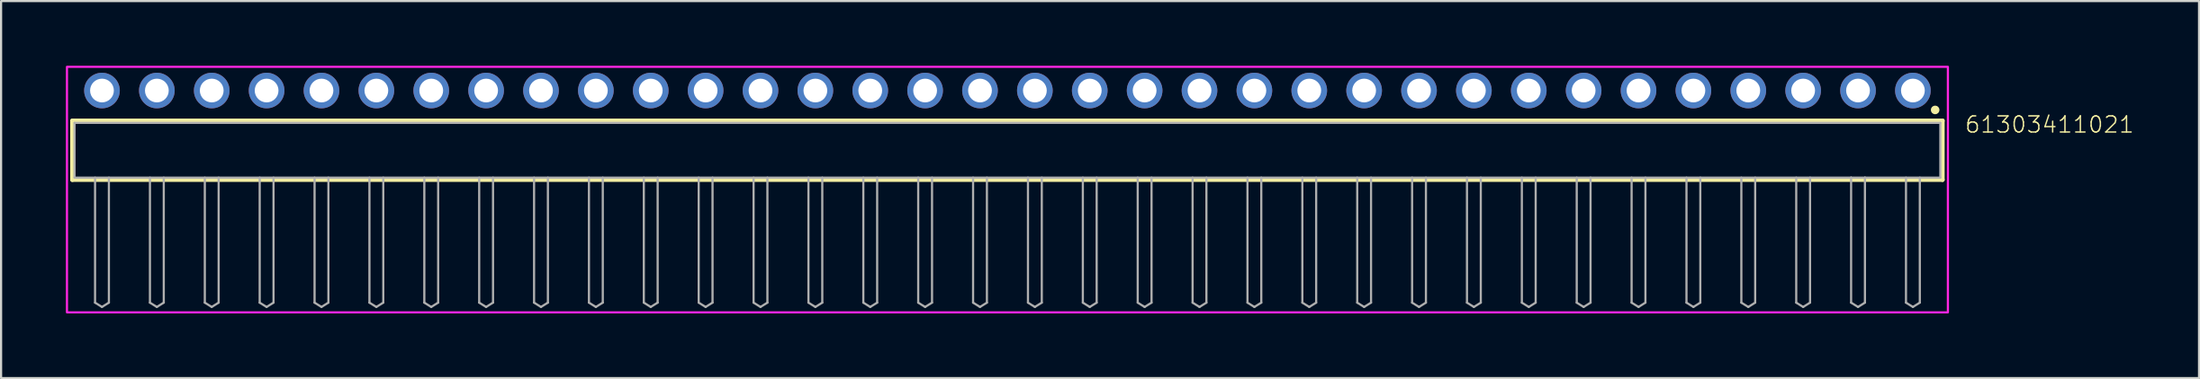
<source format=kicad_pcb>
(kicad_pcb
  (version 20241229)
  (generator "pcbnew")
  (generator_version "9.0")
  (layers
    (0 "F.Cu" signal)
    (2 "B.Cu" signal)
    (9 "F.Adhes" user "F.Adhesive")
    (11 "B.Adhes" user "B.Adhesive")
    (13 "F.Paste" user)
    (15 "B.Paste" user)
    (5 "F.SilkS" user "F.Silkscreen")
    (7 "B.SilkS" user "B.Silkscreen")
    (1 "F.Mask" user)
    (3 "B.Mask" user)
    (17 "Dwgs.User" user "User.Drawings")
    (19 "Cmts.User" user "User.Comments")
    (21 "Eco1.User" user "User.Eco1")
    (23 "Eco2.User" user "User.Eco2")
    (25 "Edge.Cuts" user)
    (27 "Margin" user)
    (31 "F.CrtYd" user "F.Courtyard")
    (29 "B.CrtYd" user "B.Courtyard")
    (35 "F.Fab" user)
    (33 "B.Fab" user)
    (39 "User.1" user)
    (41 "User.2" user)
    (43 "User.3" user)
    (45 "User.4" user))
  (footprint "61303411021"
    (layer "F.Cu")
    (at 43.58 3.92)
    (property "Reference" "61303411021" (at 44.275 -0.752 0) (unlocked yes) (layer "F.SilkS") (effects (font (size 0.748 0.748) (thickness 0.065)) (justify left bottom)))
    (fp_line (start -43.28 -1.37) (end 43.28 -1.37) (stroke (width 0.2) (type solid)) (layer "F.SilkS"))
    (fp_line (start -43.28 1.37) (end -43.28 -1.37) (stroke (width 0.2) (type solid)) (layer "F.SilkS"))
    (fp_line (start 43.28 -1.37) (end 43.28 1.37) (stroke (width 0.2) (type solid)) (layer "F.SilkS"))
    (fp_line (start 43.28 1.37) (end -43.28 1.37) (stroke (width 0.2) (type solid)) (layer "F.SilkS"))
    (fp_circle (center 42.94 -1.87) (end 43.04 -1.87) (stroke (width 0.2) (type solid)) (fill no) (layer "F.SilkS"))
    (fp_poly (pts (xy 43.53 7.52) (xy -43.53 7.52) (xy -43.53 -3.87) (xy 43.53 -3.87)) (stroke (width 0.1) (type default)) (fill no) (layer "F.CrtYd"))
    (fp_line (start -43.18 -1.27) (end 43.18 -1.27) (stroke (width 0.1) (type solid)) (layer "F.Fab"))
    (fp_line (start -43.18 1.27) (end -43.18 -1.27) (stroke (width 0.1) (type solid)) (layer "F.Fab"))
    (fp_line (start -42.23 1.27) (end -42.23 7.07) (stroke (width 0.1) (type solid)) (layer "F.Fab"))
    (fp_line (start -42.23 7.07) (end -41.91 7.27) (stroke (width 0.1) (type solid)) (layer "F.Fab"))
    (fp_line (start -41.91 7.27) (end -41.59 7.07) (stroke (width 0.1) (type solid)) (layer "F.Fab"))
    (fp_line (start -41.59 1.27) (end -41.59 7.07) (stroke (width 0.1) (type solid)) (layer "F.Fab"))
    (fp_line (start -39.69 1.27) (end -39.69 7.07) (stroke (width 0.1) (type solid)) (layer "F.Fab"))
    (fp_line (start -39.69 7.07) (end -39.37 7.27) (stroke (width 0.1) (type solid)) (layer "F.Fab"))
    (fp_line (start -39.37 7.27) (end -39.05 7.07) (stroke (width 0.1) (type solid)) (layer "F.Fab"))
    (fp_line (start -39.05 1.27) (end -39.05 7.07) (stroke (width 0.1) (type solid)) (layer "F.Fab"))
    (fp_line (start -37.15 1.27) (end -37.15 7.07) (stroke (width 0.1) (type solid)) (layer "F.Fab"))
    (fp_line (start -37.15 7.07) (end -36.83 7.27) (stroke (width 0.1) (type solid)) (layer "F.Fab"))
    (fp_line (start -36.83 7.27) (end -36.51 7.07) (stroke (width 0.1) (type solid)) (layer "F.Fab"))
    (fp_line (start -36.51 1.27) (end -36.51 7.07) (stroke (width 0.1) (type solid)) (layer "F.Fab"))
    (fp_line (start -34.61 1.27) (end -34.61 7.07) (stroke (width 0.1) (type solid)) (layer "F.Fab"))
    (fp_line (start -34.61 7.07) (end -34.29 7.27) (stroke (width 0.1) (type solid)) (layer "F.Fab"))
    (fp_line (start -34.29 7.27) (end -33.97 7.07) (stroke (width 0.1) (type solid)) (layer "F.Fab"))
    (fp_line (start -33.97 1.27) (end -33.97 7.07) (stroke (width 0.1) (type solid)) (layer "F.Fab"))
    (fp_line (start -32.07 1.27) (end -32.07 7.07) (stroke (width 0.1) (type solid)) (layer "F.Fab"))
    (fp_line (start -32.07 7.07) (end -31.75 7.27) (stroke (width 0.1) (type solid)) (layer "F.Fab"))
    (fp_line (start -31.75 7.27) (end -31.43 7.07) (stroke (width 0.1) (type solid)) (layer "F.Fab"))
    (fp_line (start -31.43 1.27) (end -31.43 7.07) (stroke (width 0.1) (type solid)) (layer "F.Fab"))
    (fp_line (start -29.53 1.27) (end -29.53 7.07) (stroke (width 0.1) (type solid)) (layer "F.Fab"))
    (fp_line (start -29.53 7.07) (end -29.21 7.27) (stroke (width 0.1) (type solid)) (layer "F.Fab"))
    (fp_line (start -29.21 7.27) (end -28.89 7.07) (stroke (width 0.1) (type solid)) (layer "F.Fab"))
    (fp_line (start -28.89 1.27) (end -28.89 7.07) (stroke (width 0.1) (type solid)) (layer "F.Fab"))
    (fp_line (start -26.99 1.27) (end -26.99 7.07) (stroke (width 0.1) (type solid)) (layer "F.Fab"))
    (fp_line (start -26.99 7.07) (end -26.67 7.27) (stroke (width 0.1) (type solid)) (layer "F.Fab"))
    (fp_line (start -26.67 7.27) (end -26.35 7.07) (stroke (width 0.1) (type solid)) (layer "F.Fab"))
    (fp_line (start -26.35 1.27) (end -26.35 7.07) (stroke (width 0.1) (type solid)) (layer "F.Fab"))
    (fp_line (start -24.45 1.27) (end -24.45 7.07) (stroke (width 0.1) (type solid)) (layer "F.Fab"))
    (fp_line (start -24.45 7.07) (end -24.13 7.27) (stroke (width 0.1) (type solid)) (layer "F.Fab"))
    (fp_line (start -24.13 7.27) (end -23.81 7.07) (stroke (width 0.1) (type solid)) (layer "F.Fab"))
    (fp_line (start -23.81 1.27) (end -23.81 7.07) (stroke (width 0.1) (type solid)) (layer "F.Fab"))
    (fp_line (start -21.91 1.27) (end -21.91 7.07) (stroke (width 0.1) (type solid)) (layer "F.Fab"))
    (fp_line (start -21.91 7.07) (end -21.59 7.27) (stroke (width 0.1) (type solid)) (layer "F.Fab"))
    (fp_line (start -21.59 7.27) (end -21.27 7.07) (stroke (width 0.1) (type solid)) (layer "F.Fab"))
    (fp_line (start -21.27 1.27) (end -21.27 7.07) (stroke (width 0.1) (type solid)) (layer "F.Fab"))
    (fp_line (start -19.37 1.27) (end -19.37 7.07) (stroke (width 0.1) (type solid)) (layer "F.Fab"))
    (fp_line (start -19.37 7.07) (end -19.05 7.27) (stroke (width 0.1) (type solid)) (layer "F.Fab"))
    (fp_line (start -19.05 7.27) (end -18.73 7.07) (stroke (width 0.1) (type solid)) (layer "F.Fab"))
    (fp_line (start -18.73 1.27) (end -18.73 7.07) (stroke (width 0.1) (type solid)) (layer "F.Fab"))
    (fp_line (start -16.83 1.27) (end -16.83 7.07) (stroke (width 0.1) (type solid)) (layer "F.Fab"))
    (fp_line (start -16.83 7.07) (end -16.51 7.27) (stroke (width 0.1) (type solid)) (layer "F.Fab"))
    (fp_line (start -16.51 7.27) (end -16.19 7.07) (stroke (width 0.1) (type solid)) (layer "F.Fab"))
    (fp_line (start -16.19 1.27) (end -16.19 7.07) (stroke (width 0.1) (type solid)) (layer "F.Fab"))
    (fp_line (start -14.29 1.27) (end -14.29 7.07) (stroke (width 0.1) (type solid)) (layer "F.Fab"))
    (fp_line (start -14.29 7.07) (end -13.97 7.27) (stroke (width 0.1) (type solid)) (layer "F.Fab"))
    (fp_line (start -13.97 7.27) (end -13.65 7.07) (stroke (width 0.1) (type solid)) (layer "F.Fab"))
    (fp_line (start -13.65 1.27) (end -13.65 7.07) (stroke (width 0.1) (type solid)) (layer "F.Fab"))
    (fp_line (start -11.75 1.27) (end -11.75 7.07) (stroke (width 0.1) (type solid)) (layer "F.Fab"))
    (fp_line (start -11.75 7.07) (end -11.43 7.27) (stroke (width 0.1) (type solid)) (layer "F.Fab"))
    (fp_line (start -11.43 7.27) (end -11.11 7.07) (stroke (width 0.1) (type solid)) (layer "F.Fab"))
    (fp_line (start -11.11 1.27) (end -11.11 7.07) (stroke (width 0.1) (type solid)) (layer "F.Fab"))
    (fp_line (start -9.21 1.27) (end -9.21 7.07) (stroke (width 0.1) (type solid)) (layer "F.Fab"))
    (fp_line (start -9.21 7.07) (end -8.89 7.27) (stroke (width 0.1) (type solid)) (layer "F.Fab"))
    (fp_line (start -8.89 7.27) (end -8.57 7.07) (stroke (width 0.1) (type solid)) (layer "F.Fab"))
    (fp_line (start -8.57 1.27) (end -8.57 7.07) (stroke (width 0.1) (type solid)) (layer "F.Fab"))
    (fp_line (start -6.67 1.27) (end -6.67 7.07) (stroke (width 0.1) (type solid)) (layer "F.Fab"))
    (fp_line (start -6.67 7.07) (end -6.35 7.27) (stroke (width 0.1) (type solid)) (layer "F.Fab"))
    (fp_line (start -6.35 7.27) (end -6.03 7.07) (stroke (width 0.1) (type solid)) (layer "F.Fab"))
    (fp_line (start -6.03 1.27) (end -6.03 7.07) (stroke (width 0.1) (type solid)) (layer "F.Fab"))
    (fp_line (start -4.13 1.27) (end -4.13 7.07) (stroke (width 0.1) (type solid)) (layer "F.Fab"))
    (fp_line (start -4.13 7.07) (end -3.81 7.27) (stroke (width 0.1) (type solid)) (layer "F.Fab"))
    (fp_line (start -3.81 7.27) (end -3.49 7.07) (stroke (width 0.1) (type solid)) (layer "F.Fab"))
    (fp_line (start -3.49 1.27) (end -3.49 7.07) (stroke (width 0.1) (type solid)) (layer "F.Fab"))
    (fp_line (start -1.59 1.27) (end -1.59 7.07) (stroke (width 0.1) (type solid)) (layer "F.Fab"))
    (fp_line (start -1.59 7.07) (end -1.27 7.27) (stroke (width 0.1) (type solid)) (layer "F.Fab"))
    (fp_line (start -1.27 7.27) (end -0.95 7.07) (stroke (width 0.1) (type solid)) (layer "F.Fab"))
    (fp_line (start -0.95 1.27) (end -0.95 7.07) (stroke (width 0.1) (type solid)) (layer "F.Fab"))
    (fp_line (start 0.95 1.27) (end 0.95 7.07) (stroke (width 0.1) (type solid)) (layer "F.Fab"))
    (fp_line (start 0.95 7.07) (end 1.27 7.27) (stroke (width 0.1) (type solid)) (layer "F.Fab"))
    (fp_line (start 1.27 7.27) (end 1.59 7.07) (stroke (width 0.1) (type solid)) (layer "F.Fab"))
    (fp_line (start 1.59 1.27) (end 1.59 7.07) (stroke (width 0.1) (type solid)) (layer "F.Fab"))
    (fp_line (start 3.49 1.27) (end 3.49 7.07) (stroke (width 0.1) (type solid)) (layer "F.Fab"))
    (fp_line (start 3.49 7.07) (end 3.81 7.27) (stroke (width 0.1) (type solid)) (layer "F.Fab"))
    (fp_line (start 3.81 7.27) (end 4.13 7.07) (stroke (width 0.1) (type solid)) (layer "F.Fab"))
    (fp_line (start 4.13 1.27) (end 4.13 7.07) (stroke (width 0.1) (type solid)) (layer "F.Fab"))
    (fp_line (start 6.03 1.27) (end 6.03 7.07) (stroke (width 0.1) (type solid)) (layer "F.Fab"))
    (fp_line (start 6.03 7.07) (end 6.35 7.27) (stroke (width 0.1) (type solid)) (layer "F.Fab"))
    (fp_line (start 6.35 7.27) (end 6.67 7.07) (stroke (width 0.1) (type solid)) (layer "F.Fab"))
    (fp_line (start 6.67 1.27) (end 6.67 7.07) (stroke (width 0.1) (type solid)) (layer "F.Fab"))
    (fp_line (start 8.57 1.27) (end 8.57 7.07) (stroke (width 0.1) (type solid)) (layer "F.Fab"))
    (fp_line (start 8.57 7.07) (end 8.89 7.27) (stroke (width 0.1) (type solid)) (layer "F.Fab"))
    (fp_line (start 8.89 7.27) (end 9.21 7.07) (stroke (width 0.1) (type solid)) (layer "F.Fab"))
    (fp_line (start 9.21 1.27) (end 9.21 7.07) (stroke (width 0.1) (type solid)) (layer "F.Fab"))
    (fp_line (start 11.11 1.27) (end 11.11 7.07) (stroke (width 0.1) (type solid)) (layer "F.Fab"))
    (fp_line (start 11.11 7.07) (end 11.43 7.27) (stroke (width 0.1) (type solid)) (layer "F.Fab"))
    (fp_line (start 11.43 7.27) (end 11.75 7.07) (stroke (width 0.1) (type solid)) (layer "F.Fab"))
    (fp_line (start 11.75 1.27) (end 11.75 7.07) (stroke (width 0.1) (type solid)) (layer "F.Fab"))
    (fp_line (start 13.65 1.27) (end 13.65 7.07) (stroke (width 0.1) (type solid)) (layer "F.Fab"))
    (fp_line (start 13.65 7.07) (end 13.97 7.27) (stroke (width 0.1) (type solid)) (layer "F.Fab"))
    (fp_line (start 13.97 7.27) (end 14.29 7.07) (stroke (width 0.1) (type solid)) (layer "F.Fab"))
    (fp_line (start 14.29 1.27) (end 14.29 7.07) (stroke (width 0.1) (type solid)) (layer "F.Fab"))
    (fp_line (start 16.19 1.27) (end 16.19 7.07) (stroke (width 0.1) (type solid)) (layer "F.Fab"))
    (fp_line (start 16.19 7.07) (end 16.51 7.27) (stroke (width 0.1) (type solid)) (layer "F.Fab"))
    (fp_line (start 16.51 7.27) (end 16.83 7.07) (stroke (width 0.1) (type solid)) (layer "F.Fab"))
    (fp_line (start 16.83 1.27) (end 16.83 7.07) (stroke (width 0.1) (type solid)) (layer "F.Fab"))
    (fp_line (start 18.73 1.27) (end 18.73 7.07) (stroke (width 0.1) (type solid)) (layer "F.Fab"))
    (fp_line (start 18.73 7.07) (end 19.05 7.27) (stroke (width 0.1) (type solid)) (layer "F.Fab"))
    (fp_line (start 19.05 7.27) (end 19.37 7.07) (stroke (width 0.1) (type solid)) (layer "F.Fab"))
    (fp_line (start 19.37 1.27) (end 19.37 7.07) (stroke (width 0.1) (type solid)) (layer "F.Fab"))
    (fp_line (start 21.27 1.27) (end 21.27 7.07) (stroke (width 0.1) (type solid)) (layer "F.Fab"))
    (fp_line (start 21.27 7.07) (end 21.59 7.27) (stroke (width 0.1) (type solid)) (layer "F.Fab"))
    (fp_line (start 21.59 7.27) (end 21.91 7.07) (stroke (width 0.1) (type solid)) (layer "F.Fab"))
    (fp_line (start 21.91 1.27) (end 21.91 7.07) (stroke (width 0.1) (type solid)) (layer "F.Fab"))
    (fp_line (start 23.81 1.27) (end 23.81 7.07) (stroke (width 0.1) (type solid)) (layer "F.Fab"))
    (fp_line (start 23.81 7.07) (end 24.13 7.27) (stroke (width 0.1) (type solid)) (layer "F.Fab"))
    (fp_line (start 24.13 7.27) (end 24.45 7.07) (stroke (width 0.1) (type solid)) (layer "F.Fab"))
    (fp_line (start 24.45 1.27) (end 24.45 7.07) (stroke (width 0.1) (type solid)) (layer "F.Fab"))
    (fp_line (start 26.35 1.27) (end 26.35 7.07) (stroke (width 0.1) (type solid)) (layer "F.Fab"))
    (fp_line (start 26.35 7.07) (end 26.67 7.27) (stroke (width 0.1) (type solid)) (layer "F.Fab"))
    (fp_line (start 26.67 7.27) (end 26.99 7.07) (stroke (width 0.1) (type solid)) (layer "F.Fab"))
    (fp_line (start 26.99 1.27) (end 26.99 7.07) (stroke (width 0.1) (type solid)) (layer "F.Fab"))
    (fp_line (start 28.89 1.27) (end 28.89 7.07) (stroke (width 0.1) (type solid)) (layer "F.Fab"))
    (fp_line (start 28.89 7.07) (end 29.21 7.27) (stroke (width 0.1) (type solid)) (layer "F.Fab"))
    (fp_line (start 29.21 7.27) (end 29.53 7.07) (stroke (width 0.1) (type solid)) (layer "F.Fab"))
    (fp_line (start 29.53 1.27) (end 29.53 7.07) (stroke (width 0.1) (type solid)) (layer "F.Fab"))
    (fp_line (start 31.43 1.27) (end 31.43 7.07) (stroke (width 0.1) (type solid)) (layer "F.Fab"))
    (fp_line (start 31.43 7.07) (end 31.75 7.27) (stroke (width 0.1) (type solid)) (layer "F.Fab"))
    (fp_line (start 31.75 7.27) (end 32.07 7.07) (stroke (width 0.1) (type solid)) (layer "F.Fab"))
    (fp_line (start 32.07 1.27) (end 32.07 7.07) (stroke (width 0.1) (type solid)) (layer "F.Fab"))
    (fp_line (start 33.97 1.27) (end 33.97 7.07) (stroke (width 0.1) (type solid)) (layer "F.Fab"))
    (fp_line (start 33.97 7.07) (end 34.29 7.27) (stroke (width 0.1) (type solid)) (layer "F.Fab"))
    (fp_line (start 34.29 7.27) (end 34.61 7.07) (stroke (width 0.1) (type solid)) (layer "F.Fab"))
    (fp_line (start 34.61 1.27) (end 34.61 7.07) (stroke (width 0.1) (type solid)) (layer "F.Fab"))
    (fp_line (start 36.51 1.27) (end 36.51 7.07) (stroke (width 0.1) (type solid)) (layer "F.Fab"))
    (fp_line (start 36.51 7.07) (end 36.83 7.27) (stroke (width 0.1) (type solid)) (layer "F.Fab"))
    (fp_line (start 36.83 7.27) (end 37.15 7.07) (stroke (width 0.1) (type solid)) (layer "F.Fab"))
    (fp_line (start 37.15 1.27) (end 37.15 7.07) (stroke (width 0.1) (type solid)) (layer "F.Fab"))
    (fp_line (start 39.05 1.27) (end -43.18 1.27) (stroke (width 0.1) (type solid)) (layer "F.Fab"))
    (fp_line (start 39.05 1.27) (end 39.05 7.07) (stroke (width 0.1) (type solid)) (layer "F.Fab"))
    (fp_line (start 39.05 7.07) (end 39.37 7.27) (stroke (width 0.1) (type solid)) (layer "F.Fab"))
    (fp_line (start 39.37 7.27) (end 39.69 7.07) (stroke (width 0.1) (type solid)) (layer "F.Fab"))
    (fp_line (start 39.69 1.27) (end 39.05 1.27) (stroke (width 0.1) (type solid)) (layer "F.Fab"))
    (fp_line (start 39.69 1.27) (end 39.69 7.07) (stroke (width 0.1) (type solid)) (layer "F.Fab"))
    (fp_line (start 41.59 1.27) (end 41.59 7.07) (stroke (width 0.1) (type solid)) (layer "F.Fab"))
    (fp_line (start 41.59 7.07) (end 41.91 7.27) (stroke (width 0.1) (type solid)) (layer "F.Fab"))
    (fp_line (start 41.91 7.27) (end 42.23 7.07) (stroke (width 0.1) (type solid)) (layer "F.Fab"))
    (fp_line (start 42.23 1.27) (end 42.23 7.07) (stroke (width 0.1) (type solid)) (layer "F.Fab"))
    (fp_line (start 43.18 -1.27) (end 43.18 1.27) (stroke (width 0.1) (type solid)) (layer "F.Fab"))
    (fp_line (start 43.18 1.27) (end 39.69 1.27) (stroke (width 0.1) (type solid)) (layer "F.Fab"))
    (pad "1" thru_hole circle (at 41.91 -2.77 180) (size 1.65 1.65) (drill 1.1) (layers "*.Cu" "*.Mask"))
    (pad "2" thru_hole circle (at 39.37 -2.77 180) (size 1.65 1.65) (drill 1.1) (layers "*.Cu" "*.Mask"))
    (pad "3" thru_hole circle (at 36.83 -2.77 180) (size 1.65 1.65) (drill 1.1) (layers "*.Cu" "*.Mask"))
    (pad "4" thru_hole circle (at 34.29 -2.77 180) (size 1.65 1.65) (drill 1.1) (layers "*.Cu" "*.Mask"))
    (pad "5" thru_hole circle (at 31.75 -2.77 180) (size 1.65 1.65) (drill 1.1) (layers "*.Cu" "*.Mask"))
    (pad "6" thru_hole circle (at 29.21 -2.77 180) (size 1.65 1.65) (drill 1.1) (layers "*.Cu" "*.Mask"))
    (pad "7" thru_hole circle (at 26.67 -2.77 180) (size 1.65 1.65) (drill 1.1) (layers "*.Cu" "*.Mask"))
    (pad "8" thru_hole circle (at 24.13 -2.77 180) (size 1.65 1.65) (drill 1.1) (layers "*.Cu" "*.Mask"))
    (pad "9" thru_hole circle (at 21.59 -2.77 180) (size 1.65 1.65) (drill 1.1) (layers "*.Cu" "*.Mask"))
    (pad "10" thru_hole circle (at 19.05 -2.77 180) (size 1.65 1.65) (drill 1.1) (layers "*.Cu" "*.Mask"))
    (pad "11" thru_hole circle (at 16.51 -2.77 180) (size 1.65 1.65) (drill 1.1) (layers "*.Cu" "*.Mask"))
    (pad "12" thru_hole circle (at 13.97 -2.77 180) (size 1.65 1.65) (drill 1.1) (layers "*.Cu" "*.Mask"))
    (pad "13" thru_hole circle (at 11.43 -2.77 180) (size 1.65 1.65) (drill 1.1) (layers "*.Cu" "*.Mask"))
    (pad "14" thru_hole circle (at 8.89 -2.77 180) (size 1.65 1.65) (drill 1.1) (layers "*.Cu" "*.Mask"))
    (pad "15" thru_hole circle (at 6.35 -2.77 180) (size 1.65 1.65) (drill 1.1) (layers "*.Cu" "*.Mask"))
    (pad "16" thru_hole circle (at 3.81 -2.77 180) (size 1.65 1.65) (drill 1.1) (layers "*.Cu" "*.Mask"))
    (pad "17" thru_hole circle (at 1.27 -2.77 180) (size 1.65 1.65) (drill 1.1) (layers "*.Cu" "*.Mask"))
    (pad "18" thru_hole circle (at -1.27 -2.77 180) (size 1.65 1.65) (drill 1.1) (layers "*.Cu" "*.Mask"))
    (pad "19" thru_hole circle (at -3.81 -2.77 180) (size 1.65 1.65) (drill 1.1) (layers "*.Cu" "*.Mask"))
    (pad "20" thru_hole circle (at -6.35 -2.77 180) (size 1.65 1.65) (drill 1.1) (layers "*.Cu" "*.Mask"))
    (pad "21" thru_hole circle (at -8.89 -2.77 180) (size 1.65 1.65) (drill 1.1) (layers "*.Cu" "*.Mask"))
    (pad "22" thru_hole circle (at -11.43 -2.77 180) (size 1.65 1.65) (drill 1.1) (layers "*.Cu" "*.Mask"))
    (pad "23" thru_hole circle (at -13.97 -2.77 180) (size 1.65 1.65) (drill 1.1) (layers "*.Cu" "*.Mask"))
    (pad "24" thru_hole circle (at -16.51 -2.77 180) (size 1.65 1.65) (drill 1.1) (layers "*.Cu" "*.Mask"))
    (pad "25" thru_hole circle (at -19.05 -2.77 180) (size 1.65 1.65) (drill 1.1) (layers "*.Cu" "*.Mask"))
    (pad "26" thru_hole circle (at -21.59 -2.77 180) (size 1.65 1.65) (drill 1.1) (layers "*.Cu" "*.Mask"))
    (pad "27" thru_hole circle (at -24.13 -2.77 180) (size 1.65 1.65) (drill 1.1) (layers "*.Cu" "*.Mask"))
    (pad "28" thru_hole circle (at -26.67 -2.77 180) (size 1.65 1.65) (drill 1.1) (layers "*.Cu" "*.Mask"))
    (pad "29" thru_hole circle (at -29.21 -2.77 180) (size 1.65 1.65) (drill 1.1) (layers "*.Cu" "*.Mask"))
    (pad "30" thru_hole circle (at -31.75 -2.77 180) (size 1.65 1.65) (drill 1.1) (layers "*.Cu" "*.Mask"))
    (pad "31" thru_hole circle (at -34.29 -2.77 180) (size 1.65 1.65) (drill 1.1) (layers "*.Cu" "*.Mask"))
    (pad "32" thru_hole circle (at -36.83 -2.77 180) (size 1.65 1.65) (drill 1.1) (layers "*.Cu" "*.Mask"))
    (pad "33" thru_hole circle (at -39.37 -2.77 180) (size 1.65 1.65) (drill 1.1) (layers "*.Cu" "*.Mask"))
    (pad "34" thru_hole circle (at -41.91 -2.77 180) (size 1.65 1.65) (drill 1.1) (layers "*.Cu" "*.Mask")))
  (gr_rect
    (start -3 -3)
    (end 98.734 14.49)
    (stroke (width 0.1) (type default))
    (fill no)
    (layer "Edge.Cuts")))
</source>
